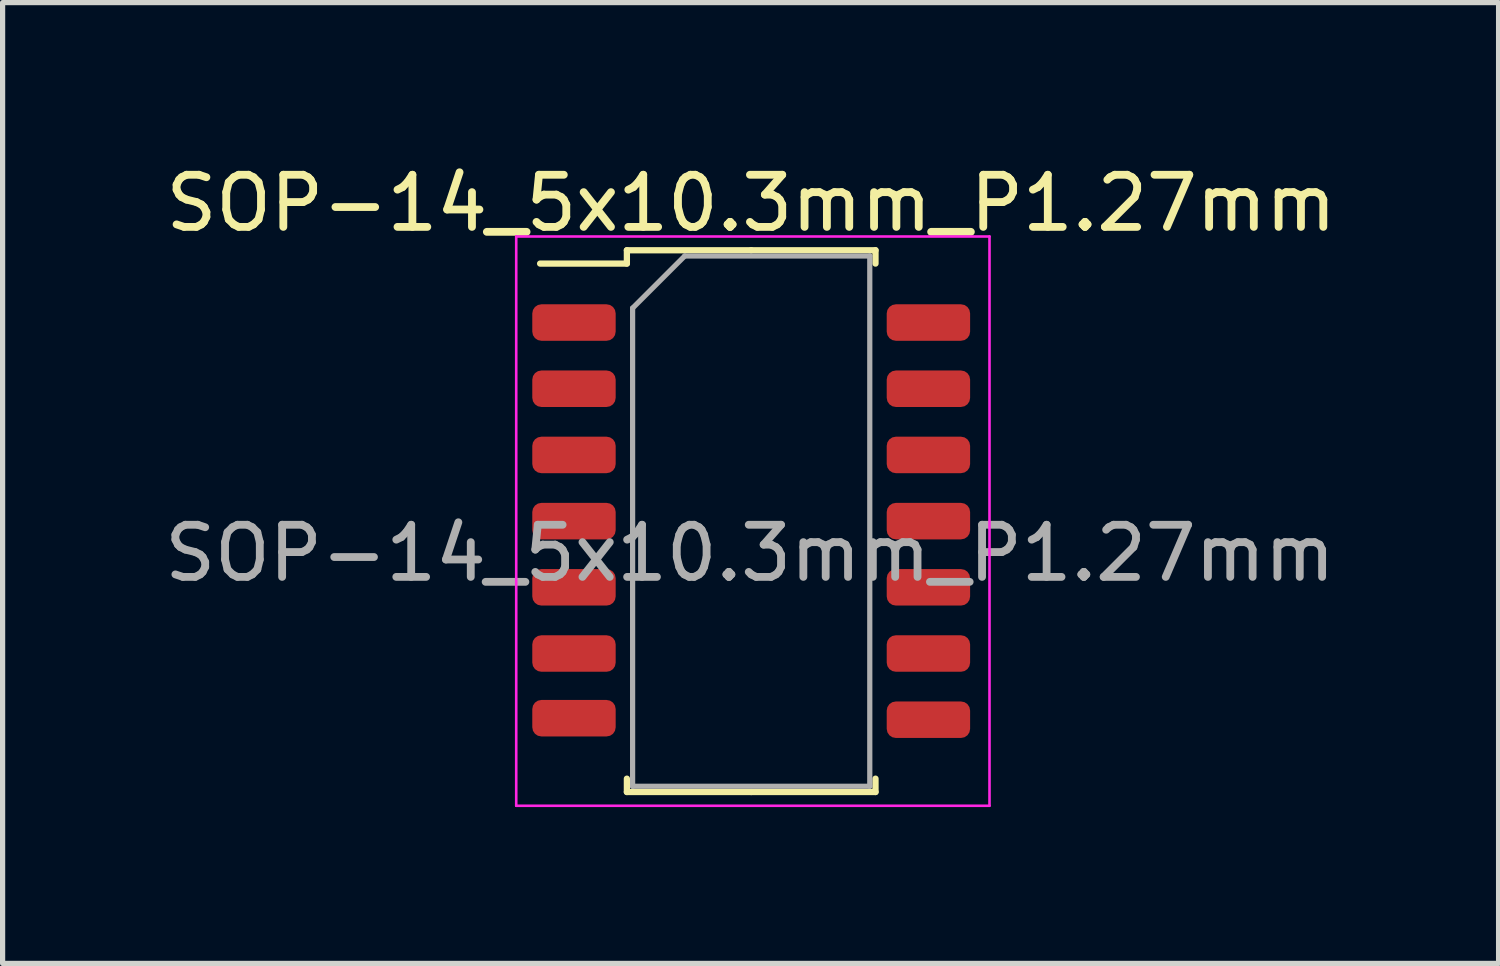
<source format=kicad_pcb>
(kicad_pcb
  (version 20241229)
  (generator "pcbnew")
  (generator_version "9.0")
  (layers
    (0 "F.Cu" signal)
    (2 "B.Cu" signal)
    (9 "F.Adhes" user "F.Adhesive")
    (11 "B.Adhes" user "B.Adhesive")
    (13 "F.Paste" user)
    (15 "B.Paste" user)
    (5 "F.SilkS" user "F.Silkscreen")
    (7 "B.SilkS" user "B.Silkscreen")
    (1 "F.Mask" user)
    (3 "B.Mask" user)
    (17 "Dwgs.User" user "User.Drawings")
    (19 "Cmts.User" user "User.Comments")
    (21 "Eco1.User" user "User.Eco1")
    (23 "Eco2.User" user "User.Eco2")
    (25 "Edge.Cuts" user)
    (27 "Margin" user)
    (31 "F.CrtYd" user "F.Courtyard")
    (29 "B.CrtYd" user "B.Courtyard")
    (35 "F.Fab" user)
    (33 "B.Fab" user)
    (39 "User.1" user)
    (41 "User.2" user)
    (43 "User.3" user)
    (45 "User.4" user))
  (footprint "SOP-14_5x10.3mm_P1.27mm"
    (layer "F.Cu")
    (at 11.362 6.948)
    (property "Reference" "SOP-14_5x10.3mm_P1.27mm" (at 0 -6.1 0) (layer "F.SilkS") (effects (font (size 1 1) (thickness 0.15))))
    (attr smd)
    (fp_line (start -2.385 -5.197) (end -2.385 -4.941) (stroke (width 0.12) (type solid)) (layer "F.SilkS"))
    (fp_line (start -2.385 -4.941) (end -4.05 -4.941) (stroke (width 0.12) (type solid)) (layer "F.SilkS"))
    (fp_line (start -2.385 5.197) (end -2.385 4.941) (stroke (width 0.12) (type solid)) (layer "F.SilkS"))
    (fp_line (start 0 -5.197) (end -2.385 -5.197) (stroke (width 0.12) (type solid)) (layer "F.SilkS"))
    (fp_line (start 0 -5.197) (end 2.385 -5.197) (stroke (width 0.12) (type solid)) (layer "F.SilkS"))
    (fp_line (start 0 5.197) (end -2.385 5.197) (stroke (width 0.12) (type solid)) (layer "F.SilkS"))
    (fp_line (start 0 5.197) (end 2.385 5.197) (stroke (width 0.12) (type solid)) (layer "F.SilkS"))
    (fp_line (start 2.385 -5.197) (end 2.385 -4.941) (stroke (width 0.12) (type solid)) (layer "F.SilkS"))
    (fp_line (start 2.385 5.197) (end 2.385 4.941) (stroke (width 0.12) (type solid)) (layer "F.SilkS"))
    (fp_line (start -4.508 -5.461) (end -4.508 5.461) (stroke (width 0.05) (type solid)) (layer "F.CrtYd"))
    (fp_line (start -4.508 5.461) (end 4.572 5.461) (stroke (width 0.05) (type solid)) (layer "F.CrtYd"))
    (fp_line (start 4.572 -5.461) (end -4.508 -5.461) (stroke (width 0.05) (type solid)) (layer "F.CrtYd"))
    (fp_line (start 4.572 5.461) (end 4.572 -5.461) (stroke (width 0.05) (type solid)) (layer "F.CrtYd"))
    (fp_line (start -2.275 -4.087) (end -1.275 -5.087) (stroke (width 0.1) (type solid)) (layer "F.Fab"))
    (fp_line (start -2.275 5.087) (end -2.275 -4.087) (stroke (width 0.1) (type solid)) (layer "F.Fab"))
    (fp_line (start -1.275 -5.087) (end 2.275 -5.087) (stroke (width 0.1) (type solid)) (layer "F.Fab"))
    (fp_line (start 2.275 -5.087) (end 2.275 5.087) (stroke (width 0.1) (type solid)) (layer "F.Fab"))
    (fp_line (start 2.275 5.087) (end -2.275 5.087) (stroke (width 0.1) (type solid)) (layer "F.Fab"))
    (fp_text user "${REFERENCE}" (at -0.023 0.615 0) (layer "F.Fab") (effects (font (size 1 1) (thickness 0.15))))
    (pad "1" smd roundrect (at -3.4 -3.81) (size 1.6 0.7) (layers "F.Cu" "F.Mask" "F.Paste") (roundrect_rratio 0.25))
    (pad "2" smd roundrect (at -3.4 -2.54) (size 1.6 0.7) (layers "F.Cu" "F.Mask" "F.Paste") (roundrect_rratio 0.25))
    (pad "3" smd roundrect (at -3.4 -1.27) (size 1.6 0.7) (layers "F.Cu" "F.Mask" "F.Paste") (roundrect_rratio 0.25))
    (pad "4" smd roundrect (at -3.4 0) (size 1.6 0.7) (layers "F.Cu" "F.Mask" "F.Paste") (roundrect_rratio 0.25))
    (pad "5" smd roundrect (at -3.4 1.27) (size 1.6 0.7) (layers "F.Cu" "F.Mask" "F.Paste") (roundrect_rratio 0.25))
    (pad "6" smd roundrect (at -3.4 2.54) (size 1.6 0.7) (layers "F.Cu" "F.Mask" "F.Paste") (roundrect_rratio 0.25))
    (pad "7" smd roundrect (at -3.4 3.781) (size 1.6 0.7) (layers "F.Cu" "F.Mask" "F.Paste") (roundrect_rratio 0.25))
    (pad "8" smd roundrect (at 3.4 3.81) (size 1.6 0.7) (layers "F.Cu" "F.Mask" "F.Paste") (roundrect_rratio 0.25))
    (pad "9" smd roundrect (at 3.4 2.54) (size 1.6 0.7) (layers "F.Cu" "F.Mask" "F.Paste") (roundrect_rratio 0.25))
    (pad "10" smd roundrect (at 3.4 1.27) (size 1.6 0.7) (layers "F.Cu" "F.Mask" "F.Paste") (roundrect_rratio 0.25))
    (pad "11" smd roundrect (at 3.4 0) (size 1.6 0.7) (layers "F.Cu" "F.Mask" "F.Paste") (roundrect_rratio 0.25))
    (pad "12" smd roundrect (at 3.4 -1.27) (size 1.6 0.7) (layers "F.Cu" "F.Mask" "F.Paste") (roundrect_rratio 0.25))
    (pad "13" smd roundrect (at 3.4 -2.54) (size 1.6 0.7) (layers "F.Cu" "F.Mask" "F.Paste") (roundrect_rratio 0.25))
    (pad "14" smd roundrect (at 3.4 -3.81) (size 1.6 0.7) (layers "F.Cu" "F.Mask" "F.Paste") (roundrect_rratio 0.25)))
  (gr_rect
    (start -3 -3)
    (end 25.701 15.434)
    (stroke (width 0.1) (type default))
    (fill no)
    (layer "Edge.Cuts")))
</source>
